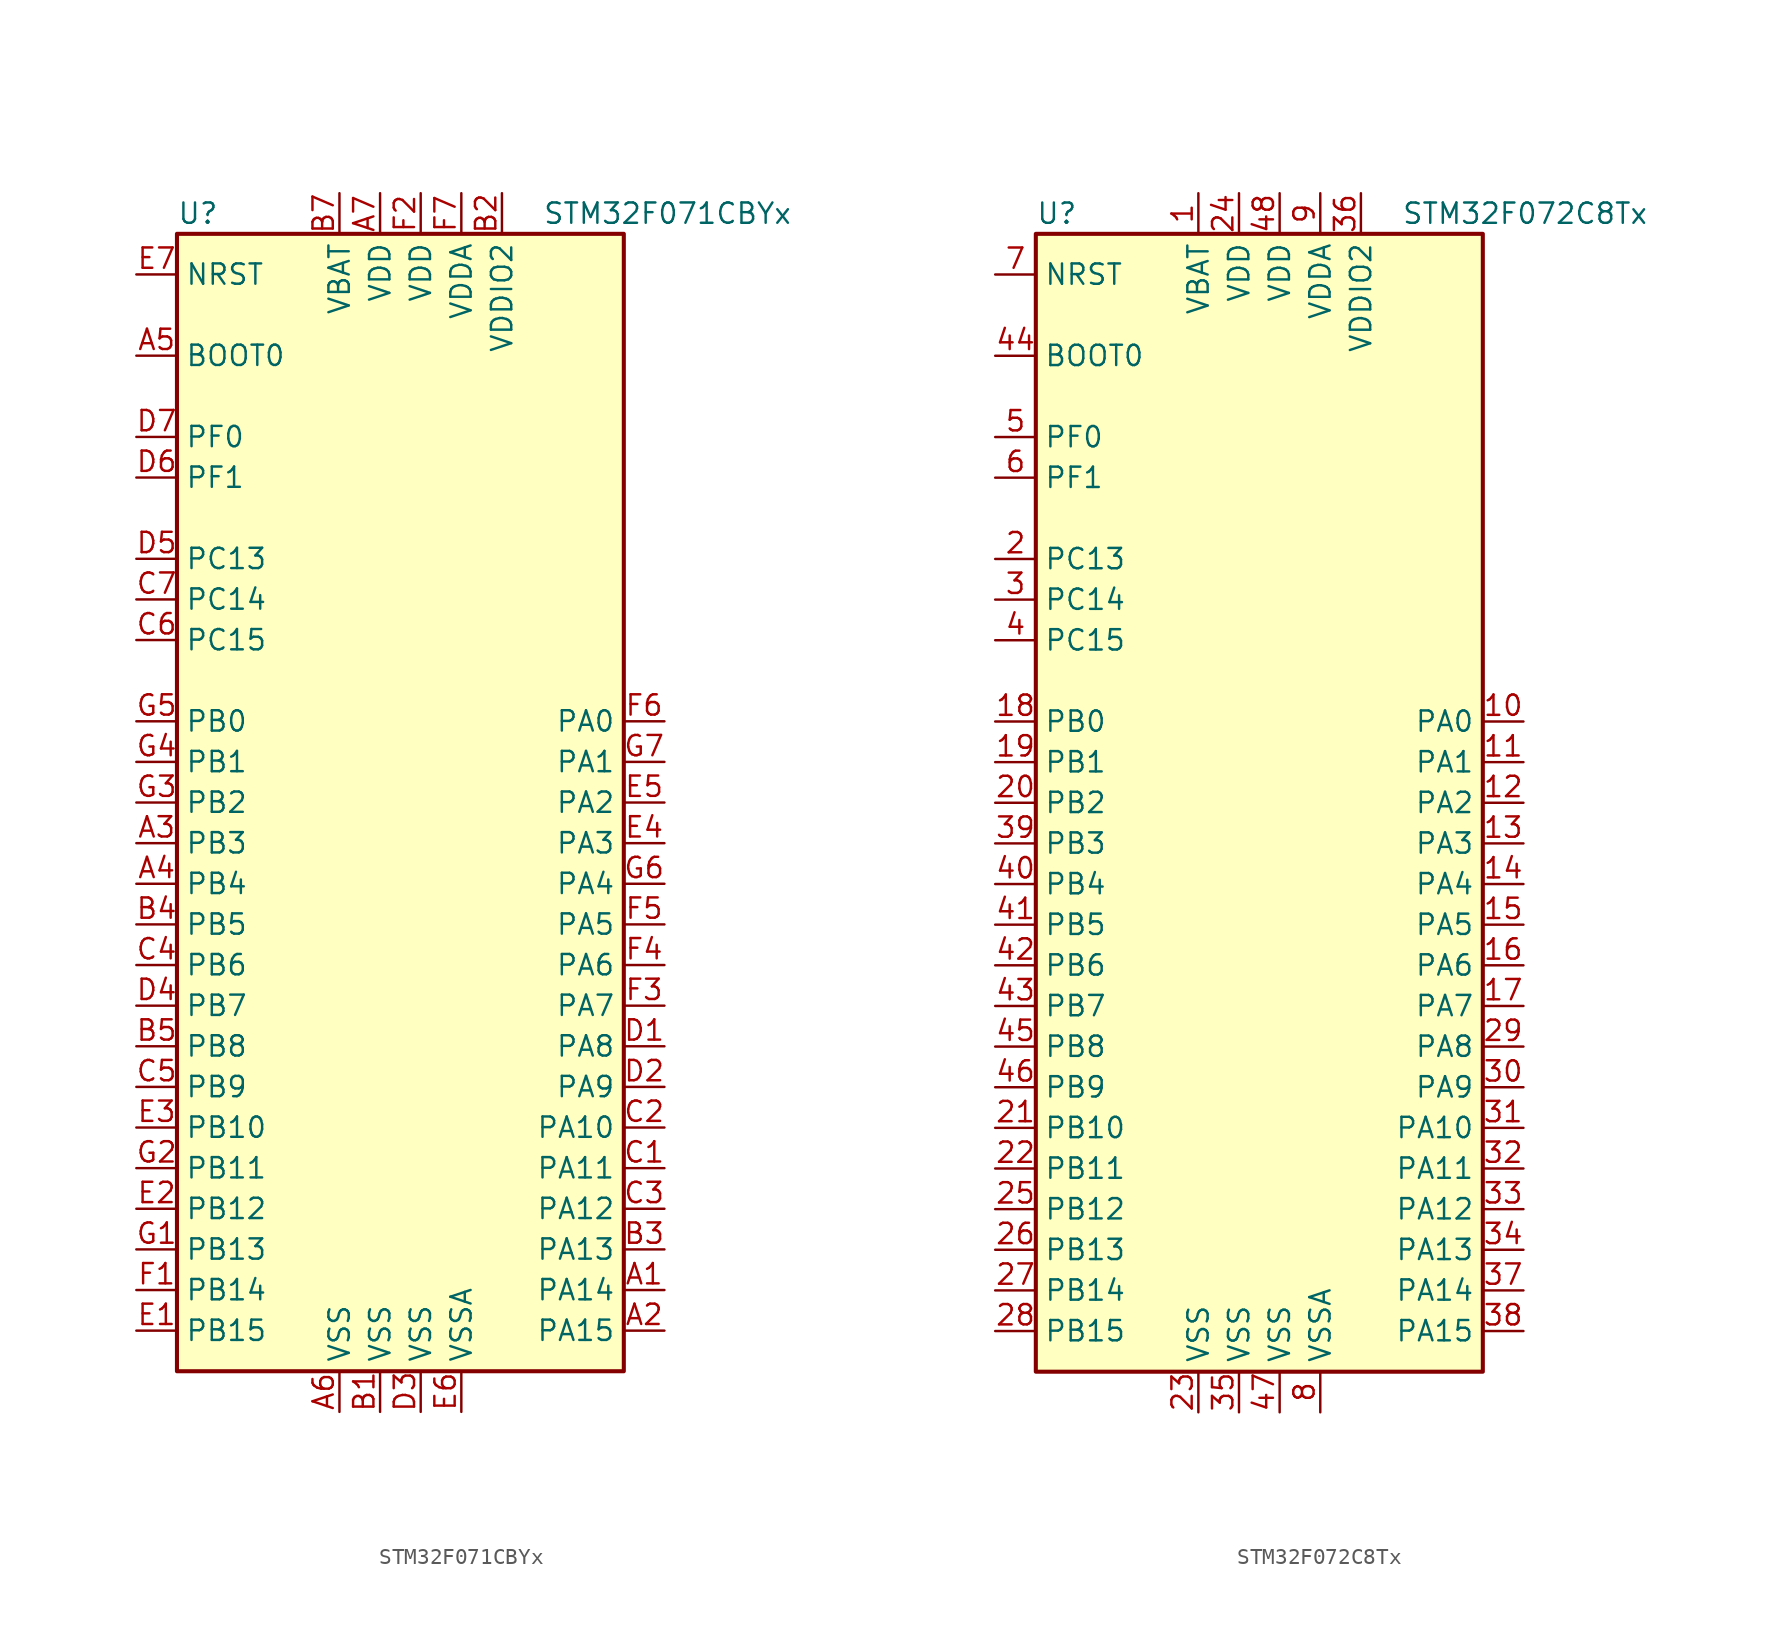
<source format=kicad_sym>
(kicad_symbol_lib
  (version 20201005)
  (generator kicad_symbol_editor)
  (symbol "STM32F071CBYx"
    (property "Reference" "U"
      (at -15.24 36.83 0)
      (effects (font (size 1.27 1.27)) (justify left)))
    (property "Value" "STM32F071CBYx"
      (at 7.62 36.83 0)
      (effects (font (size 1.27 1.27)) (justify left)))
    (symbol "STM32F071CBYx_0_1"
      (rectangle (start -15.24 -35.56) (end 12.7 35.56) (stroke (width 0.254)) (fill (type background))))
    (symbol "STM32F071CBYx_1_1"
      (pin bidirectional line (at 15.24 -30.48 180) (length 2.54) (name "PA14" (effects (font (size 1.27 1.27)))) (number "A1" (effects (font (size 1.27 1.27)))))
      (pin bidirectional line (at 15.24 -33.02 180) (length 2.54) (name "PA15" (effects (font (size 1.27 1.27)))) (number "A2" (effects (font (size 1.27 1.27)))))
      (pin bidirectional line (at -17.78 -2.54 0) (length 2.54) (name "PB3" (effects (font (size 1.27 1.27)))) (number "A3" (effects (font (size 1.27 1.27)))))
      (pin bidirectional line (at -17.78 -5.08 0) (length 2.54) (name "PB4" (effects (font (size 1.27 1.27)))) (number "A4" (effects (font (size 1.27 1.27)))))
      (pin input line (at -17.78 27.94 0) (length 2.54) (name "BOOT0" (effects (font (size 1.27 1.27)))) (number "A5" (effects (font (size 1.27 1.27)))))
      (pin power_in line (at -5.08 -38.1 90) (length 2.54) (name "VSS" (effects (font (size 1.27 1.27)))) (number "A6" (effects (font (size 1.27 1.27)))))
      (pin power_in line (at -2.54 38.1 270) (length 2.54) (name "VDD" (effects (font (size 1.27 1.27)))) (number "A7" (effects (font (size 1.27 1.27)))))
      (pin power_in line (at -2.54 -38.1 90) (length 2.54) (name "VSS" (effects (font (size 1.27 1.27)))) (number "B1" (effects (font (size 1.27 1.27)))))
      (pin power_in line (at 5.08 38.1 270) (length 2.54) (name "VDDIO2" (effects (font (size 1.27 1.27)))) (number "B2" (effects (font (size 1.27 1.27)))))
      (pin bidirectional line (at 15.24 -27.94 180) (length 2.54) (name "PA13" (effects (font (size 1.27 1.27)))) (number "B3" (effects (font (size 1.27 1.27)))))
      (pin bidirectional line (at -17.78 -7.62 0) (length 2.54) (name "PB5" (effects (font (size 1.27 1.27)))) (number "B4" (effects (font (size 1.27 1.27)))))
      (pin bidirectional line (at -17.78 -15.24 0) (length 2.54) (name "PB8" (effects (font (size 1.27 1.27)))) (number "B5" (effects (font (size 1.27 1.27)))))
      (pin no_connect line (at -15.24 -33.02 0) (length 2.54) hide (name "NC" (effects (font (size 1.27 1.27)))) (number "B6" (effects (font (size 1.27 1.27)))))
      (pin power_in line (at -5.08 38.1 270) (length 2.54) (name "VBAT" (effects (font (size 1.27 1.27)))) (number "B7" (effects (font (size 1.27 1.27)))))
      (pin bidirectional line (at 15.24 -22.86 180) (length 2.54) (name "PA11" (effects (font (size 1.27 1.27)))) (number "C1" (effects (font (size 1.27 1.27)))))
      (pin bidirectional line (at 15.24 -20.32 180) (length 2.54) (name "PA10" (effects (font (size 1.27 1.27)))) (number "C2" (effects (font (size 1.27 1.27)))))
      (pin bidirectional line (at 15.24 -25.4 180) (length 2.54) (name "PA12" (effects (font (size 1.27 1.27)))) (number "C3" (effects (font (size 1.27 1.27)))))
      (pin bidirectional line (at -17.78 -10.16 0) (length 2.54) (name "PB6" (effects (font (size 1.27 1.27)))) (number "C4" (effects (font (size 1.27 1.27)))))
      (pin bidirectional line (at -17.78 -17.78 0) (length 2.54) (name "PB9" (effects (font (size 1.27 1.27)))) (number "C5" (effects (font (size 1.27 1.27)))))
      (pin bidirectional line (at -17.78 10.16 0) (length 2.54) (name "PC15" (effects (font (size 1.27 1.27)))) (number "C6" (effects (font (size 1.27 1.27)))))
      (pin bidirectional line (at -17.78 12.7 0) (length 2.54) (name "PC14" (effects (font (size 1.27 1.27)))) (number "C7" (effects (font (size 1.27 1.27)))))
      (pin bidirectional line (at 15.24 -15.24 180) (length 2.54) (name "PA8" (effects (font (size 1.27 1.27)))) (number "D1" (effects (font (size 1.27 1.27)))))
      (pin bidirectional line (at 15.24 -17.78 180) (length 2.54) (name "PA9" (effects (font (size 1.27 1.27)))) (number "D2" (effects (font (size 1.27 1.27)))))
      (pin power_in line (at 0 -38.1 90) (length 2.54) (name "VSS" (effects (font (size 1.27 1.27)))) (number "D3" (effects (font (size 1.27 1.27)))))
      (pin bidirectional line (at -17.78 -12.7 0) (length 2.54) (name "PB7" (effects (font (size 1.27 1.27)))) (number "D4" (effects (font (size 1.27 1.27)))))
      (pin bidirectional line (at -17.78 15.24 0) (length 2.54) (name "PC13" (effects (font (size 1.27 1.27)))) (number "D5" (effects (font (size 1.27 1.27)))))
      (pin input line (at -17.78 20.32 0) (length 2.54) (name "PF1" (effects (font (size 1.27 1.27)))) (number "D6" (effects (font (size 1.27 1.27)))))
      (pin input line (at -17.78 22.86 0) (length 2.54) (name "PF0" (effects (font (size 1.27 1.27)))) (number "D7" (effects (font (size 1.27 1.27)))))
      (pin bidirectional line (at -17.78 -33.02 0) (length 2.54) (name "PB15" (effects (font (size 1.27 1.27)))) (number "E1" (effects (font (size 1.27 1.27)))))
      (pin bidirectional line (at -17.78 -25.4 0) (length 2.54) (name "PB12" (effects (font (size 1.27 1.27)))) (number "E2" (effects (font (size 1.27 1.27)))))
      (pin bidirectional line (at -17.78 -20.32 0) (length 2.54) (name "PB10" (effects (font (size 1.27 1.27)))) (number "E3" (effects (font (size 1.27 1.27)))))
      (pin bidirectional line (at 15.24 -2.54 180) (length 2.54) (name "PA3" (effects (font (size 1.27 1.27)))) (number "E4" (effects (font (size 1.27 1.27)))))
      (pin bidirectional line (at 15.24 0 180) (length 2.54) (name "PA2" (effects (font (size 1.27 1.27)))) (number "E5" (effects (font (size 1.27 1.27)))))
      (pin power_in line (at 2.54 -38.1 90) (length 2.54) (name "VSSA" (effects (font (size 1.27 1.27)))) (number "E6" (effects (font (size 1.27 1.27)))))
      (pin input line (at -17.78 33.02 0) (length 2.54) (name "NRST" (effects (font (size 1.27 1.27)))) (number "E7" (effects (font (size 1.27 1.27)))))
      (pin bidirectional line (at -17.78 -30.48 0) (length 2.54) (name "PB14" (effects (font (size 1.27 1.27)))) (number "F1" (effects (font (size 1.27 1.27)))))
      (pin power_in line (at 0 38.1 270) (length 2.54) (name "VDD" (effects (font (size 1.27 1.27)))) (number "F2" (effects (font (size 1.27 1.27)))))
      (pin bidirectional line (at 15.24 -12.7 180) (length 2.54) (name "PA7" (effects (font (size 1.27 1.27)))) (number "F3" (effects (font (size 1.27 1.27)))))
      (pin bidirectional line (at 15.24 -10.16 180) (length 2.54) (name "PA6" (effects (font (size 1.27 1.27)))) (number "F4" (effects (font (size 1.27 1.27)))))
      (pin bidirectional line (at 15.24 -7.62 180) (length 2.54) (name "PA5" (effects (font (size 1.27 1.27)))) (number "F5" (effects (font (size 1.27 1.27)))))
      (pin bidirectional line (at 15.24 5.08 180) (length 2.54) (name "PA0" (effects (font (size 1.27 1.27)))) (number "F6" (effects (font (size 1.27 1.27)))))
      (pin power_in line (at 2.54 38.1 270) (length 2.54) (name "VDDA" (effects (font (size 1.27 1.27)))) (number "F7" (effects (font (size 1.27 1.27)))))
      (pin bidirectional line (at -17.78 -27.94 0) (length 2.54) (name "PB13" (effects (font (size 1.27 1.27)))) (number "G1" (effects (font (size 1.27 1.27)))))
      (pin bidirectional line (at -17.78 -22.86 0) (length 2.54) (name "PB11" (effects (font (size 1.27 1.27)))) (number "G2" (effects (font (size 1.27 1.27)))))
      (pin bidirectional line (at -17.78 0 0) (length 2.54) (name "PB2" (effects (font (size 1.27 1.27)))) (number "G3" (effects (font (size 1.27 1.27)))))
      (pin bidirectional line (at -17.78 2.54 0) (length 2.54) (name "PB1" (effects (font (size 1.27 1.27)))) (number "G4" (effects (font (size 1.27 1.27)))))
      (pin bidirectional line (at -17.78 5.08 0) (length 2.54) (name "PB0" (effects (font (size 1.27 1.27)))) (number "G5" (effects (font (size 1.27 1.27)))))
      (pin bidirectional line (at 15.24 -5.08 180) (length 2.54) (name "PA4" (effects (font (size 1.27 1.27)))) (number "G6" (effects (font (size 1.27 1.27)))))
      (pin bidirectional line (at 15.24 2.54 180) (length 2.54) (name "PA1" (effects (font (size 1.27 1.27)))) (number "G7" (effects (font (size 1.27 1.27)))))))
  (symbol "STM32F072C8Tx"
    (property "Reference" "U"
      (at -15.24 36.83 0)
      (effects (font (size 1.27 1.27)) (justify left)))
    (property "Value" "STM32F072C8Tx"
      (at 7.62 36.83 0)
      (effects (font (size 1.27 1.27)) (justify left)))
    (symbol "STM32F072C8Tx_0_1"
      (rectangle (start -15.24 -35.56) (end 12.7 35.56) (stroke (width 0.254)) (fill (type background))))
    (symbol "STM32F072C8Tx_1_1"
      (pin power_in line (at -5.08 38.1 270) (length 2.54) (name "VBAT" (effects (font (size 1.27 1.27)))) (number "1" (effects (font (size 1.27 1.27)))))
      (pin bidirectional line (at 15.24 5.08 180) (length 2.54) (name "PA0" (effects (font (size 1.27 1.27)))) (number "10" (effects (font (size 1.27 1.27)))))
      (pin bidirectional line (at 15.24 2.54 180) (length 2.54) (name "PA1" (effects (font (size 1.27 1.27)))) (number "11" (effects (font (size 1.27 1.27)))))
      (pin bidirectional line (at 15.24 0 180) (length 2.54) (name "PA2" (effects (font (size 1.27 1.27)))) (number "12" (effects (font (size 1.27 1.27)))))
      (pin bidirectional line (at 15.24 -2.54 180) (length 2.54) (name "PA3" (effects (font (size 1.27 1.27)))) (number "13" (effects (font (size 1.27 1.27)))))
      (pin bidirectional line (at 15.24 -5.08 180) (length 2.54) (name "PA4" (effects (font (size 1.27 1.27)))) (number "14" (effects (font (size 1.27 1.27)))))
      (pin bidirectional line (at 15.24 -7.62 180) (length 2.54) (name "PA5" (effects (font (size 1.27 1.27)))) (number "15" (effects (font (size 1.27 1.27)))))
      (pin bidirectional line (at 15.24 -10.16 180) (length 2.54) (name "PA6" (effects (font (size 1.27 1.27)))) (number "16" (effects (font (size 1.27 1.27)))))
      (pin bidirectional line (at 15.24 -12.7 180) (length 2.54) (name "PA7" (effects (font (size 1.27 1.27)))) (number "17" (effects (font (size 1.27 1.27)))))
      (pin bidirectional line (at -17.78 5.08 0) (length 2.54) (name "PB0" (effects (font (size 1.27 1.27)))) (number "18" (effects (font (size 1.27 1.27)))))
      (pin bidirectional line (at -17.78 2.54 0) (length 2.54) (name "PB1" (effects (font (size 1.27 1.27)))) (number "19" (effects (font (size 1.27 1.27)))))
      (pin bidirectional line (at -17.78 15.24 0) (length 2.54) (name "PC13" (effects (font (size 1.27 1.27)))) (number "2" (effects (font (size 1.27 1.27)))))
      (pin bidirectional line (at -17.78 0 0) (length 2.54) (name "PB2" (effects (font (size 1.27 1.27)))) (number "20" (effects (font (size 1.27 1.27)))))
      (pin bidirectional line (at -17.78 -20.32 0) (length 2.54) (name "PB10" (effects (font (size 1.27 1.27)))) (number "21" (effects (font (size 1.27 1.27)))))
      (pin bidirectional line (at -17.78 -22.86 0) (length 2.54) (name "PB11" (effects (font (size 1.27 1.27)))) (number "22" (effects (font (size 1.27 1.27)))))
      (pin power_in line (at -5.08 -38.1 90) (length 2.54) (name "VSS" (effects (font (size 1.27 1.27)))) (number "23" (effects (font (size 1.27 1.27)))))
      (pin power_in line (at -2.54 38.1 270) (length 2.54) (name "VDD" (effects (font (size 1.27 1.27)))) (number "24" (effects (font (size 1.27 1.27)))))
      (pin bidirectional line (at -17.78 -25.4 0) (length 2.54) (name "PB12" (effects (font (size 1.27 1.27)))) (number "25" (effects (font (size 1.27 1.27)))))
      (pin bidirectional line (at -17.78 -27.94 0) (length 2.54) (name "PB13" (effects (font (size 1.27 1.27)))) (number "26" (effects (font (size 1.27 1.27)))))
      (pin bidirectional line (at -17.78 -30.48 0) (length 2.54) (name "PB14" (effects (font (size 1.27 1.27)))) (number "27" (effects (font (size 1.27 1.27)))))
      (pin bidirectional line (at -17.78 -33.02 0) (length 2.54) (name "PB15" (effects (font (size 1.27 1.27)))) (number "28" (effects (font (size 1.27 1.27)))))
      (pin bidirectional line (at 15.24 -15.24 180) (length 2.54) (name "PA8" (effects (font (size 1.27 1.27)))) (number "29" (effects (font (size 1.27 1.27)))))
      (pin bidirectional line (at -17.78 12.7 0) (length 2.54) (name "PC14" (effects (font (size 1.27 1.27)))) (number "3" (effects (font (size 1.27 1.27)))))
      (pin bidirectional line (at 15.24 -17.78 180) (length 2.54) (name "PA9" (effects (font (size 1.27 1.27)))) (number "30" (effects (font (size 1.27 1.27)))))
      (pin bidirectional line (at 15.24 -20.32 180) (length 2.54) (name "PA10" (effects (font (size 1.27 1.27)))) (number "31" (effects (font (size 1.27 1.27)))))
      (pin bidirectional line (at 15.24 -22.86 180) (length 2.54) (name "PA11" (effects (font (size 1.27 1.27)))) (number "32" (effects (font (size 1.27 1.27)))))
      (pin bidirectional line (at 15.24 -25.4 180) (length 2.54) (name "PA12" (effects (font (size 1.27 1.27)))) (number "33" (effects (font (size 1.27 1.27)))))
      (pin bidirectional line (at 15.24 -27.94 180) (length 2.54) (name "PA13" (effects (font (size 1.27 1.27)))) (number "34" (effects (font (size 1.27 1.27)))))
      (pin power_in line (at -2.54 -38.1 90) (length 2.54) (name "VSS" (effects (font (size 1.27 1.27)))) (number "35" (effects (font (size 1.27 1.27)))))
      (pin power_in line (at 5.08 38.1 270) (length 2.54) (name "VDDIO2" (effects (font (size 1.27 1.27)))) (number "36" (effects (font (size 1.27 1.27)))))
      (pin bidirectional line (at 15.24 -30.48 180) (length 2.54) (name "PA14" (effects (font (size 1.27 1.27)))) (number "37" (effects (font (size 1.27 1.27)))))
      (pin bidirectional line (at 15.24 -33.02 180) (length 2.54) (name "PA15" (effects (font (size 1.27 1.27)))) (number "38" (effects (font (size 1.27 1.27)))))
      (pin bidirectional line (at -17.78 -2.54 0) (length 2.54) (name "PB3" (effects (font (size 1.27 1.27)))) (number "39" (effects (font (size 1.27 1.27)))))
      (pin bidirectional line (at -17.78 10.16 0) (length 2.54) (name "PC15" (effects (font (size 1.27 1.27)))) (number "4" (effects (font (size 1.27 1.27)))))
      (pin bidirectional line (at -17.78 -5.08 0) (length 2.54) (name "PB4" (effects (font (size 1.27 1.27)))) (number "40" (effects (font (size 1.27 1.27)))))
      (pin bidirectional line (at -17.78 -7.62 0) (length 2.54) (name "PB5" (effects (font (size 1.27 1.27)))) (number "41" (effects (font (size 1.27 1.27)))))
      (pin bidirectional line (at -17.78 -10.16 0) (length 2.54) (name "PB6" (effects (font (size 1.27 1.27)))) (number "42" (effects (font (size 1.27 1.27)))))
      (pin bidirectional line (at -17.78 -12.7 0) (length 2.54) (name "PB7" (effects (font (size 1.27 1.27)))) (number "43" (effects (font (size 1.27 1.27)))))
      (pin input line (at -17.78 27.94 0) (length 2.54) (name "BOOT0" (effects (font (size 1.27 1.27)))) (number "44" (effects (font (size 1.27 1.27)))))
      (pin bidirectional line (at -17.78 -15.24 0) (length 2.54) (name "PB8" (effects (font (size 1.27 1.27)))) (number "45" (effects (font (size 1.27 1.27)))))
      (pin bidirectional line (at -17.78 -17.78 0) (length 2.54) (name "PB9" (effects (font (size 1.27 1.27)))) (number "46" (effects (font (size 1.27 1.27)))))
      (pin power_in line (at 0 -38.1 90) (length 2.54) (name "VSS" (effects (font (size 1.27 1.27)))) (number "47" (effects (font (size 1.27 1.27)))))
      (pin power_in line (at 0 38.1 270) (length 2.54) (name "VDD" (effects (font (size 1.27 1.27)))) (number "48" (effects (font (size 1.27 1.27)))))
      (pin input line (at -17.78 22.86 0) (length 2.54) (name "PF0" (effects (font (size 1.27 1.27)))) (number "5" (effects (font (size 1.27 1.27)))))
      (pin input line (at -17.78 20.32 0) (length 2.54) (name "PF1" (effects (font (size 1.27 1.27)))) (number "6" (effects (font (size 1.27 1.27)))))
      (pin input line (at -17.78 33.02 0) (length 2.54) (name "NRST" (effects (font (size 1.27 1.27)))) (number "7" (effects (font (size 1.27 1.27)))))
      (pin power_in line (at 2.54 -38.1 90) (length 2.54) (name "VSSA" (effects (font (size 1.27 1.27)))) (number "8" (effects (font (size 1.27 1.27)))))
      (pin power_in line (at 2.54 38.1 270) (length 2.54) (name "VDDA" (effects (font (size 1.27 1.27)))) (number "9" (effects (font (size 1.27 1.27))))))))
</source>
